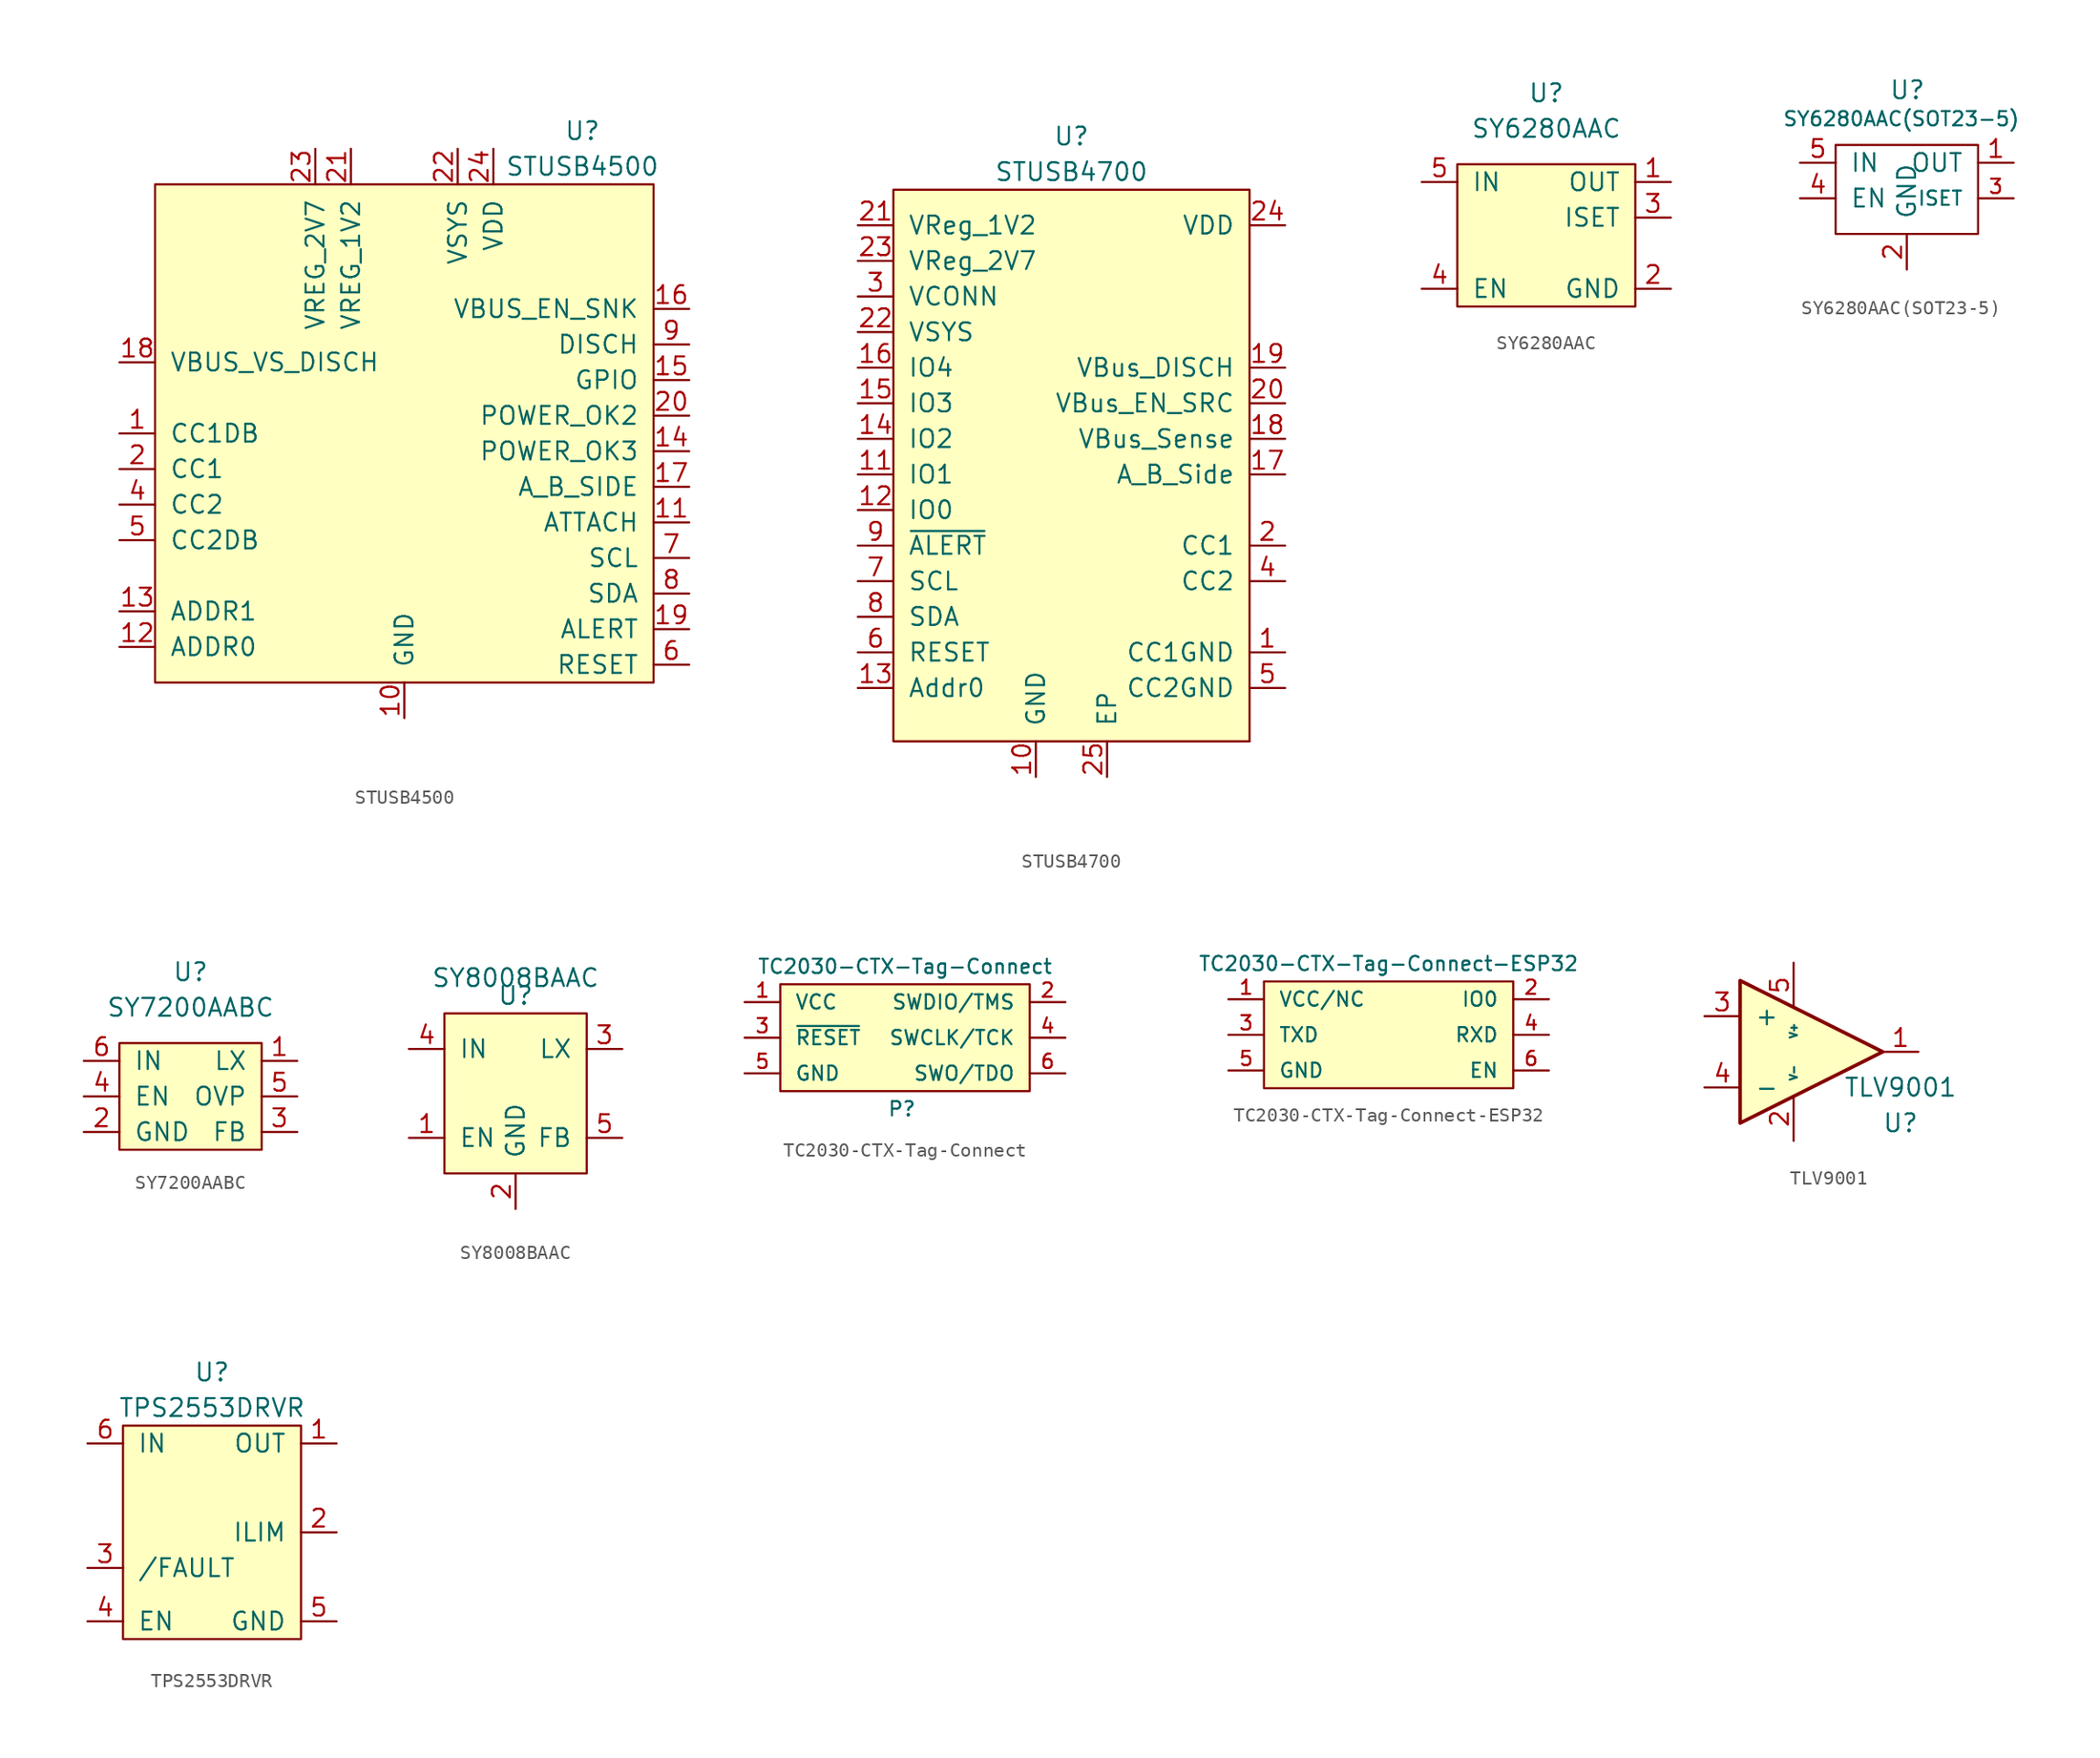
<source format=kicad_sym>
(kicad_symbol_lib
  (version 20231120)
  (generator "kicad_symbol_editor")
  (generator_version "8.0")
  (symbol "STUSB4500"
    (pin_names
      (offset 1.016))
    (property "Reference" "U"
      (at 12.7 25.4 0)
      (effects (font (size 1.27 1.27))))
    (property "Value" "STUSB4500"
      (at 12.7 22.86 0)
      (effects (font (size 1.27 1.27))))
    (symbol "STUSB4500_0_1"
      (rectangle (start -17.78 21.59) (end 17.78 -13.97) (stroke (width 0) (type solid)) (fill (type background))))
    (symbol "STUSB4500_1_1"
      (pin input line (at -20.32 3.81 0) (length 2.54) (name "CC1DB" (effects (font (size 1.27 1.27)))) (number "1" (effects (font (size 1.27 1.27)))))
      (pin input line (at 0 -16.51 90) (length 2.54) (name "GND" (effects (font (size 1.27 1.27)))) (number "10" (effects (font (size 1.27 1.27)))))
      (pin input line (at 20.32 -2.54 180) (length 2.54) (name "ATTACH" (effects (font (size 1.27 1.27)))) (number "11" (effects (font (size 1.27 1.27)))))
      (pin input line (at -20.32 -11.43 0) (length 2.54) (name "ADDR0" (effects (font (size 1.27 1.27)))) (number "12" (effects (font (size 1.27 1.27)))))
      (pin input line (at -20.32 -8.89 0) (length 2.54) (name "ADDR1" (effects (font (size 1.27 1.27)))) (number "13" (effects (font (size 1.27 1.27)))))
      (pin input line (at 20.32 2.54 180) (length 2.54) (name "POWER_OK3" (effects (font (size 1.27 1.27)))) (number "14" (effects (font (size 1.27 1.27)))))
      (pin input line (at 20.32 7.62 180) (length 2.54) (name "GPIO" (effects (font (size 1.27 1.27)))) (number "15" (effects (font (size 1.27 1.27)))))
      (pin input line (at 20.32 12.7 180) (length 2.54) (name "VBUS_EN_SNK" (effects (font (size 1.27 1.27)))) (number "16" (effects (font (size 1.27 1.27)))))
      (pin input line (at 20.32 0 180) (length 2.54) (name "A_B_SIDE" (effects (font (size 1.27 1.27)))) (number "17" (effects (font (size 1.27 1.27)))))
      (pin input line (at -20.32 8.89 0) (length 2.54) (name "VBUS_VS_DISCH" (effects (font (size 1.27 1.27)))) (number "18" (effects (font (size 1.27 1.27)))))
      (pin input line (at 20.32 -10.16 180) (length 2.54) (name "ALERT" (effects (font (size 1.27 1.27)))) (number "19" (effects (font (size 1.27 1.27)))))
      (pin input line (at -20.32 1.27 0) (length 2.54) (name "CC1" (effects (font (size 1.27 1.27)))) (number "2" (effects (font (size 1.27 1.27)))))
      (pin input line (at 20.32 5.08 180) (length 2.54) (name "POWER_OK2" (effects (font (size 1.27 1.27)))) (number "20" (effects (font (size 1.27 1.27)))))
      (pin input line (at -3.81 24.13 270) (length 2.54) (name "VREG_1V2" (effects (font (size 1.27 1.27)))) (number "21" (effects (font (size 1.27 1.27)))))
      (pin input line (at 3.81 24.13 270) (length 2.54) (name "VSYS" (effects (font (size 1.27 1.27)))) (number "22" (effects (font (size 1.27 1.27)))))
      (pin input line (at -6.35 24.13 270) (length 2.54) (name "VREG_2V7" (effects (font (size 1.27 1.27)))) (number "23" (effects (font (size 1.27 1.27)))))
      (pin input line (at 6.35 24.13 270) (length 2.54) (name "VDD" (effects (font (size 1.27 1.27)))) (number "24" (effects (font (size 1.27 1.27)))))
      (pin input line (at 0 -16.51 90) (length 2.54) hide (name "GND" (effects (font (size 1.27 1.27)))) (number "25" (effects (font (size 1.27 1.27)))))
      (pin input line (at 1.27 24.13 270) (length 2.54) hide (name "NC" (effects (font (size 1.27 1.27)))) (number "3" (effects (font (size 1.27 1.27)))))
      (pin input line (at -20.32 -1.27 0) (length 2.54) (name "CC2" (effects (font (size 1.27 1.27)))) (number "4" (effects (font (size 1.27 1.27)))))
      (pin input line (at -20.32 -3.81 0) (length 2.54) (name "CC2DB" (effects (font (size 1.27 1.27)))) (number "5" (effects (font (size 1.27 1.27)))))
      (pin input line (at 20.32 -12.7 180) (length 2.54) (name "RESET" (effects (font (size 1.27 1.27)))) (number "6" (effects (font (size 1.27 1.27)))))
      (pin input line (at 20.32 -5.08 180) (length 2.54) (name "SCL" (effects (font (size 1.27 1.27)))) (number "7" (effects (font (size 1.27 1.27)))))
      (pin input line (at 20.32 -7.62 180) (length 2.54) (name "SDA" (effects (font (size 1.27 1.27)))) (number "8" (effects (font (size 1.27 1.27)))))
      (pin input line (at 20.32 10.16 180) (length 2.54) (name "DISCH" (effects (font (size 1.27 1.27)))) (number "9" (effects (font (size 1.27 1.27)))))))
  (symbol "STUSB4700"
    (pin_names
      (offset 1.016))
    (property "Reference" "U"
      (at 0 27.94 0)
      (effects (font (size 1.27 1.27))))
    (property "Value" "STUSB4700"
      (at 0 25.4 0)
      (effects (font (size 1.27 1.27))))
    (symbol "STUSB4700_0_1"
      (rectangle (start -12.7 24.13) (end 12.7 -15.24) (stroke (width 0) (type solid)) (fill (type background)))
      (rectangle (start 12.7 -15.24) (end 12.7 -15.24) (stroke (width 0) (type solid)) (fill (type none))))
    (symbol "STUSB4700_1_1"
      (pin input line (at 15.24 -8.89 180) (length 2.54) (name "CC1GND" (effects (font (size 1.27 1.27)))) (number "1" (effects (font (size 1.27 1.27)))))
      (pin input line (at -2.54 -17.78 90) (length 2.54) (name "GND" (effects (font (size 1.27 1.27)))) (number "10" (effects (font (size 1.27 1.27)))))
      (pin input line (at -15.24 3.81 0) (length 2.54) (name "IO1" (effects (font (size 1.27 1.27)))) (number "11" (effects (font (size 1.27 1.27)))))
      (pin input line (at -15.24 1.27 0) (length 2.54) (name "IO0" (effects (font (size 1.27 1.27)))) (number "12" (effects (font (size 1.27 1.27)))))
      (pin input line (at -15.24 -11.43 0) (length 2.54) (name "Addr0" (effects (font (size 1.27 1.27)))) (number "13" (effects (font (size 1.27 1.27)))))
      (pin input line (at -15.24 6.35 0) (length 2.54) (name "IO2" (effects (font (size 1.27 1.27)))) (number "14" (effects (font (size 1.27 1.27)))))
      (pin input line (at -15.24 8.89 0) (length 2.54) (name "IO3" (effects (font (size 1.27 1.27)))) (number "15" (effects (font (size 1.27 1.27)))))
      (pin input line (at -15.24 11.43 0) (length 2.54) (name "IO4" (effects (font (size 1.27 1.27)))) (number "16" (effects (font (size 1.27 1.27)))))
      (pin input line (at 15.24 3.81 180) (length 2.54) (name "A_B_Side" (effects (font (size 1.27 1.27)))) (number "17" (effects (font (size 1.27 1.27)))))
      (pin input line (at 15.24 6.35 180) (length 2.54) (name "VBus_Sense" (effects (font (size 1.27 1.27)))) (number "18" (effects (font (size 1.27 1.27)))))
      (pin input line (at 15.24 11.43 180) (length 2.54) (name "VBus_DISCH" (effects (font (size 1.27 1.27)))) (number "19" (effects (font (size 1.27 1.27)))))
      (pin input line (at 15.24 -1.27 180) (length 2.54) (name "CC1" (effects (font (size 1.27 1.27)))) (number "2" (effects (font (size 1.27 1.27)))))
      (pin input line (at 15.24 8.89 180) (length 2.54) (name "VBus_EN_SRC" (effects (font (size 1.27 1.27)))) (number "20" (effects (font (size 1.27 1.27)))))
      (pin input line (at -15.24 21.59 0) (length 2.54) (name "VReg_1V2" (effects (font (size 1.27 1.27)))) (number "21" (effects (font (size 1.27 1.27)))))
      (pin input line (at -15.24 13.97 0) (length 2.54) (name "VSYS" (effects (font (size 1.27 1.27)))) (number "22" (effects (font (size 1.27 1.27)))))
      (pin input line (at -15.24 19.05 0) (length 2.54) (name "VReg_2V7" (effects (font (size 1.27 1.27)))) (number "23" (effects (font (size 1.27 1.27)))))
      (pin input line (at 15.24 21.59 180) (length 2.54) (name "VDD" (effects (font (size 1.27 1.27)))) (number "24" (effects (font (size 1.27 1.27)))))
      (pin input line (at 2.54 -17.78 90) (length 2.54) (name "EP" (effects (font (size 1.27 1.27)))) (number "25" (effects (font (size 1.27 1.27)))))
      (pin input line (at -15.24 16.51 0) (length 2.54) (name "VCONN" (effects (font (size 1.27 1.27)))) (number "3" (effects (font (size 1.27 1.27)))))
      (pin input line (at 15.24 -3.81 180) (length 2.54) (name "CC2" (effects (font (size 1.27 1.27)))) (number "4" (effects (font (size 1.27 1.27)))))
      (pin input line (at 15.24 -11.43 180) (length 2.54) (name "CC2GND" (effects (font (size 1.27 1.27)))) (number "5" (effects (font (size 1.27 1.27)))))
      (pin input line (at -15.24 -8.89 0) (length 2.54) (name "RESET" (effects (font (size 1.27 1.27)))) (number "6" (effects (font (size 1.27 1.27)))))
      (pin input line (at -15.24 -3.81 0) (length 2.54) (name "SCL" (effects (font (size 1.27 1.27)))) (number "7" (effects (font (size 1.27 1.27)))))
      (pin input line (at -15.24 -6.35 0) (length 2.54) (name "SDA" (effects (font (size 1.27 1.27)))) (number "8" (effects (font (size 1.27 1.27)))))
      (pin input line (at -15.24 -1.27 0) (length 2.54) (name "~{ALERT}" (effects (font (size 1.27 1.27)))) (number "9" (effects (font (size 1.27 1.27)))))))
  (symbol "SY6280AAC"
    (pin_names
      (offset 1.016))
    (property "Reference" "U"
      (at 0 10.16 0)
      (effects (font (size 1.27 1.27))))
    (property "Value" "SY6280AAC"
      (at 0 7.62 0)
      (effects (font (size 1.27 1.27))))
    (symbol "SY6280AAC_0_1"
      (rectangle (start -6.35 5.08) (end 6.35 -5.08) (stroke (width 0) (type solid)) (fill (type background))))
    (symbol "SY6280AAC_1_1"
      (pin input line (at 8.89 3.81 180) (length 2.54) (name "OUT" (effects (font (size 1.27 1.27)))) (number "1" (effects (font (size 1.27 1.27)))))
      (pin input line (at 8.89 -3.81 180) (length 2.54) (name "GND" (effects (font (size 1.27 1.27)))) (number "2" (effects (font (size 1.27 1.27)))))
      (pin input line (at 8.89 1.27 180) (length 2.54) (name "ISET" (effects (font (size 1.27 1.27)))) (number "3" (effects (font (size 1.27 1.27)))))
      (pin input line (at -8.89 -3.81 0) (length 2.54) (name "EN" (effects (font (size 1.27 1.27)))) (number "4" (effects (font (size 1.27 1.27)))))
      (pin input line (at -8.89 3.81 0) (length 2.54) (name "IN" (effects (font (size 1.27 1.27)))) (number "5" (effects (font (size 1.27 1.27)))))))
  (symbol "SY6280AAC(SOT23-5)"
    (pin_names
      (offset 1.016))
    (property "Reference" "U"
      (at -1.27 6.985 0)
      (effects (font (size 1.27 1.27)) (justify left bottom)))
    (property "Value" "SY6280AAC(SOT23-5)"
      (at -8.89 5.08 0)
      (effects (font (size 1.016 1.016)) (justify left bottom)))
    (property "Datasheet" ""
      (at 0 5.08 0)
      (effects (font (size 1.524 1.524))))
    (property "ki_locked" ""
      (at 0 0 0)
      (effects (font (size 1.27 1.27))))
    (symbol "SY6280AAC(SOT23-5)_0_1"
      (rectangle (start -5.08 3.81) (end 5.08 -2.54) (stroke (width 0) (type solid)) (fill (type none))))
    (symbol "SY6280AAC(SOT23-5)_1_1"
      (pin output line (at 7.62 2.54 180) (length 2.54) (name "OUT" (effects (font (size 1.27 1.27)))) (number "1" (effects (font (size 1.27 1.27)))))
      (pin power_in line (at 0 -5.08 90) (length 2.54) (name "GND" (effects (font (size 1.27 1.27)))) (number "2" (effects (font (size 1.27 1.27)))))
      (pin input line (at 7.62 0 180) (length 2.54) (name "ISET" (effects (font (size 1.016 1.016)))) (number "3" (effects (font (size 1.016 1.016)))))
      (pin input line (at -7.62 0 0) (length 2.54) (name "EN" (effects (font (size 1.27 1.27)))) (number "4" (effects (font (size 1.27 1.27)))))
      (pin power_in line (at -7.62 2.54 0) (length 2.54) (name "IN" (effects (font (size 1.27 1.27)))) (number "5" (effects (font (size 1.27 1.27)))))))
  (symbol "SY7200AABC"
    (pin_names
      (offset 1.016))
    (property "Reference" "U"
      (at 0 8.89 0)
      (effects (font (size 1.27 1.27))))
    (property "Value" "SY7200AABC"
      (at 0 6.35 0)
      (effects (font (size 1.27 1.27))))
    (symbol "SY7200AABC_0_1"
      (rectangle (start -5.08 3.81) (end 5.08 -3.81) (stroke (width 0) (type solid)) (fill (type background))))
    (symbol "SY7200AABC_1_1"
      (pin input line (at 7.62 2.54 180) (length 2.54) (name "LX" (effects (font (size 1.27 1.27)))) (number "1" (effects (font (size 1.27 1.27)))))
      (pin input line (at -7.62 -2.54 0) (length 2.54) (name "GND" (effects (font (size 1.27 1.27)))) (number "2" (effects (font (size 1.27 1.27)))))
      (pin input line (at 7.62 -2.54 180) (length 2.54) (name "FB" (effects (font (size 1.27 1.27)))) (number "3" (effects (font (size 1.27 1.27)))))
      (pin input line (at -7.62 0 0) (length 2.54) (name "EN" (effects (font (size 1.27 1.27)))) (number "4" (effects (font (size 1.27 1.27)))))
      (pin input line (at 7.62 0 180) (length 2.54) (name "OVP" (effects (font (size 1.27 1.27)))) (number "5" (effects (font (size 1.27 1.27)))))
      (pin input line (at -7.62 2.54 0) (length 2.54) (name "IN" (effects (font (size 1.27 1.27)))) (number "6" (effects (font (size 1.27 1.27)))))))
  (symbol "SY8008BAAC"
    (pin_names
      (offset 1.016))
    (property "Reference" "U"
      (at 0 6.35 0)
      (effects (font (size 1.27 1.27))))
    (property "Value" "SY8008BAAC"
      (at 0 7.62 0)
      (effects (font (size 1.27 1.27))))
    (symbol "SY8008BAAC_0_1"
      (rectangle (start -5.08 5.08) (end 5.08 -6.35) (stroke (width 0) (type solid)) (fill (type background))))
    (symbol "SY8008BAAC_1_1"
      (pin input line (at -7.62 -3.81 0) (length 2.54) (name "EN" (effects (font (size 1.27 1.27)))) (number "1" (effects (font (size 1.27 1.27)))))
      (pin input line (at 0 -8.89 90) (length 2.54) (name "GND" (effects (font (size 1.27 1.27)))) (number "2" (effects (font (size 1.27 1.27)))))
      (pin input line (at 7.62 2.54 180) (length 2.54) (name "LX" (effects (font (size 1.27 1.27)))) (number "3" (effects (font (size 1.27 1.27)))))
      (pin input line (at -7.62 2.54 0) (length 2.54) (name "IN" (effects (font (size 1.27 1.27)))) (number "4" (effects (font (size 1.27 1.27)))))
      (pin input line (at 7.62 -3.81 180) (length 2.54) (name "FB" (effects (font (size 1.27 1.27)))) (number "5" (effects (font (size 1.27 1.27)))))))
  (symbol "TC2030-CTX-Tag-Connect"
    (pin_names
      (offset 1.016))
    (property "Reference" "P"
      (at -1.27 -5.08 0)
      (effects (font (size 1.016 1.016)) (justify left)))
    (property "Value" "TC2030-CTX-Tag-Connect"
      (at 0 5.08 0)
      (effects (font (size 1.016 1.016))))
    (symbol "TC2030-CTX-Tag-Connect_0_1"
      (rectangle (start 8.89 3.81) (end -8.89 -3.81) (stroke (width 0) (type solid)) (fill (type background))))
    (symbol "TC2030-CTX-Tag-Connect_1_1"
      (pin passive line (at -11.43 2.54 0) (length 2.54) (name "VCC" (effects (font (size 1.016 1.016)))) (number "1" (effects (font (size 1.016 1.016)))))
      (pin passive line (at 11.43 2.54 180) (length 2.54) (name "SWDIO/TMS" (effects (font (size 1.016 1.016)))) (number "2" (effects (font (size 1.016 1.016)))))
      (pin passive line (at -11.43 0 0) (length 2.54) (name "~{RESET}" (effects (font (size 1.016 1.016)))) (number "3" (effects (font (size 1.016 1.016)))))
      (pin passive line (at 11.43 0 180) (length 2.54) (name "SWCLK/TCK" (effects (font (size 1.016 1.016)))) (number "4" (effects (font (size 1.016 1.016)))))
      (pin passive line (at -11.43 -2.54 0) (length 2.54) (name "GND" (effects (font (size 1.016 1.016)))) (number "5" (effects (font (size 1.016 1.016)))))
      (pin passive line (at 11.43 -2.54 180) (length 2.54) (name "SWO/TDO" (effects (font (size 1.016 1.016)))) (number "6" (effects (font (size 1.016 1.016)))))))
  (symbol "TC2030-CTX-Tag-Connect-ESP32"
    (pin_names
      (offset 1.016))
    (property "Reference" "P"
      (at -1.27 -5.08 0)
      (effects (font (size 1.016 1.016)) (justify left) (hide yes)))
    (property "Value" "TC2030-CTX-Tag-Connect-ESP32"
      (at 0 5.08 0)
      (effects (font (size 1.016 1.016))))
    (symbol "TC2030-CTX-Tag-Connect-ESP32_0_1"
      (rectangle (start 8.89 3.81) (end -8.89 -3.81) (stroke (width 0) (type solid)) (fill (type background))))
    (symbol "TC2030-CTX-Tag-Connect-ESP32_1_1"
      (pin passive line (at -11.43 2.54 0) (length 2.54) (name "VCC/NC" (effects (font (size 1.016 1.016)))) (number "1" (effects (font (size 1.016 1.016)))))
      (pin passive line (at 11.43 2.54 180) (length 2.54) (name "IO0" (effects (font (size 1.016 1.016)))) (number "2" (effects (font (size 1.016 1.016)))))
      (pin passive line (at -11.43 0 0) (length 2.54) (name "TXD" (effects (font (size 1.016 1.016)))) (number "3" (effects (font (size 1.016 1.016)))))
      (pin passive line (at 11.43 0 180) (length 2.54) (name "RXD" (effects (font (size 1.016 1.016)))) (number "4" (effects (font (size 1.016 1.016)))))
      (pin passive line (at -11.43 -2.54 0) (length 2.54) (name "GND" (effects (font (size 1.016 1.016)))) (number "5" (effects (font (size 1.016 1.016)))))
      (pin passive line (at 11.43 -2.54 180) (length 2.54) (name "EN" (effects (font (size 1.016 1.016)))) (number "6" (effects (font (size 1.016 1.016)))))))
  (symbol "TLV9001"
    (pin_names
      (offset 1.016))
    (property "Reference" "U"
      (at 7.62 -5.08 0)
      (effects (font (size 1.27 1.27))))
    (property "Value" "TLV9001"
      (at 7.62 -2.54 0)
      (effects (font (size 1.27 1.27))))
    (symbol "TLV9001_1_1"
      (polyline (pts (xy -3.81 5.08) (xy 6.35 0) (xy -3.81 -5.08) (xy -3.81 5.08)) (stroke (width 0.254) (type solid)) (fill (type background)))
      (pin output line (at 8.89 0 180) (length 2.54) (name "~" (effects (font (size 1.27 1.27)))) (number "1" (effects (font (size 1.27 1.27)))))
      (pin input line (at 0 -6.35 90) (length 3.2) (name "V-" (effects (font (size 0.508 0.508)))) (number "2" (effects (font (size 1.27 1.27)))))
      (pin input line (at -6.35 2.54 0) (length 2.54) (name "+" (effects (font (size 1.27 1.27)))) (number "3" (effects (font (size 1.27 1.27)))))
      (pin input line (at -6.35 -2.54 0) (length 2.54) (name "-" (effects (font (size 1.27 1.27)))) (number "4" (effects (font (size 1.27 1.27)))))
      (pin input line (at 0 6.35 270) (length 3.2) (name "V+" (effects (font (size 0.508 0.508)))) (number "5" (effects (font (size 1.27 1.27)))))))
  (symbol "TPS2553DRVR"
    (pin_names
      (offset 1.016))
    (property "Reference" "U"
      (at 0 12.7 0)
      (effects (font (size 1.27 1.27))))
    (property "Value" "TPS2553DRVR"
      (at 0 10.16 0)
      (effects (font (size 1.27 1.27))))
    (symbol "TPS2553DRVR_0_1"
      (rectangle (start -6.35 8.89) (end 6.35 -6.35) (stroke (width 0) (type solid)) (fill (type background))))
    (symbol "TPS2553DRVR_1_1"
      (pin input line (at 8.89 7.62 180) (length 2.54) (name "OUT" (effects (font (size 1.27 1.27)))) (number "1" (effects (font (size 1.27 1.27)))))
      (pin input line (at 8.89 1.27 180) (length 2.54) (name "ILIM" (effects (font (size 1.27 1.27)))) (number "2" (effects (font (size 1.27 1.27)))))
      (pin input line (at -8.89 -1.27 0) (length 2.54) (name "/FAULT" (effects (font (size 1.27 1.27)))) (number "3" (effects (font (size 1.27 1.27)))))
      (pin input line (at -8.89 -5.08 0) (length 2.54) (name "EN" (effects (font (size 1.27 1.27)))) (number "4" (effects (font (size 1.27 1.27)))))
      (pin input line (at 8.89 -5.08 180) (length 2.54) (name "GND" (effects (font (size 1.27 1.27)))) (number "5" (effects (font (size 1.27 1.27)))))
      (pin input line (at -8.89 7.62 0) (length 2.54) (name "IN" (effects (font (size 1.27 1.27)))) (number "6" (effects (font (size 1.27 1.27)))))
      (pin input line (at 8.89 -5.08 180) (length 2.54) hide (name "EP" (effects (font (size 1.27 1.27)))) (number "7" (effects (font (size 1.27 1.27))))))))
</source>
